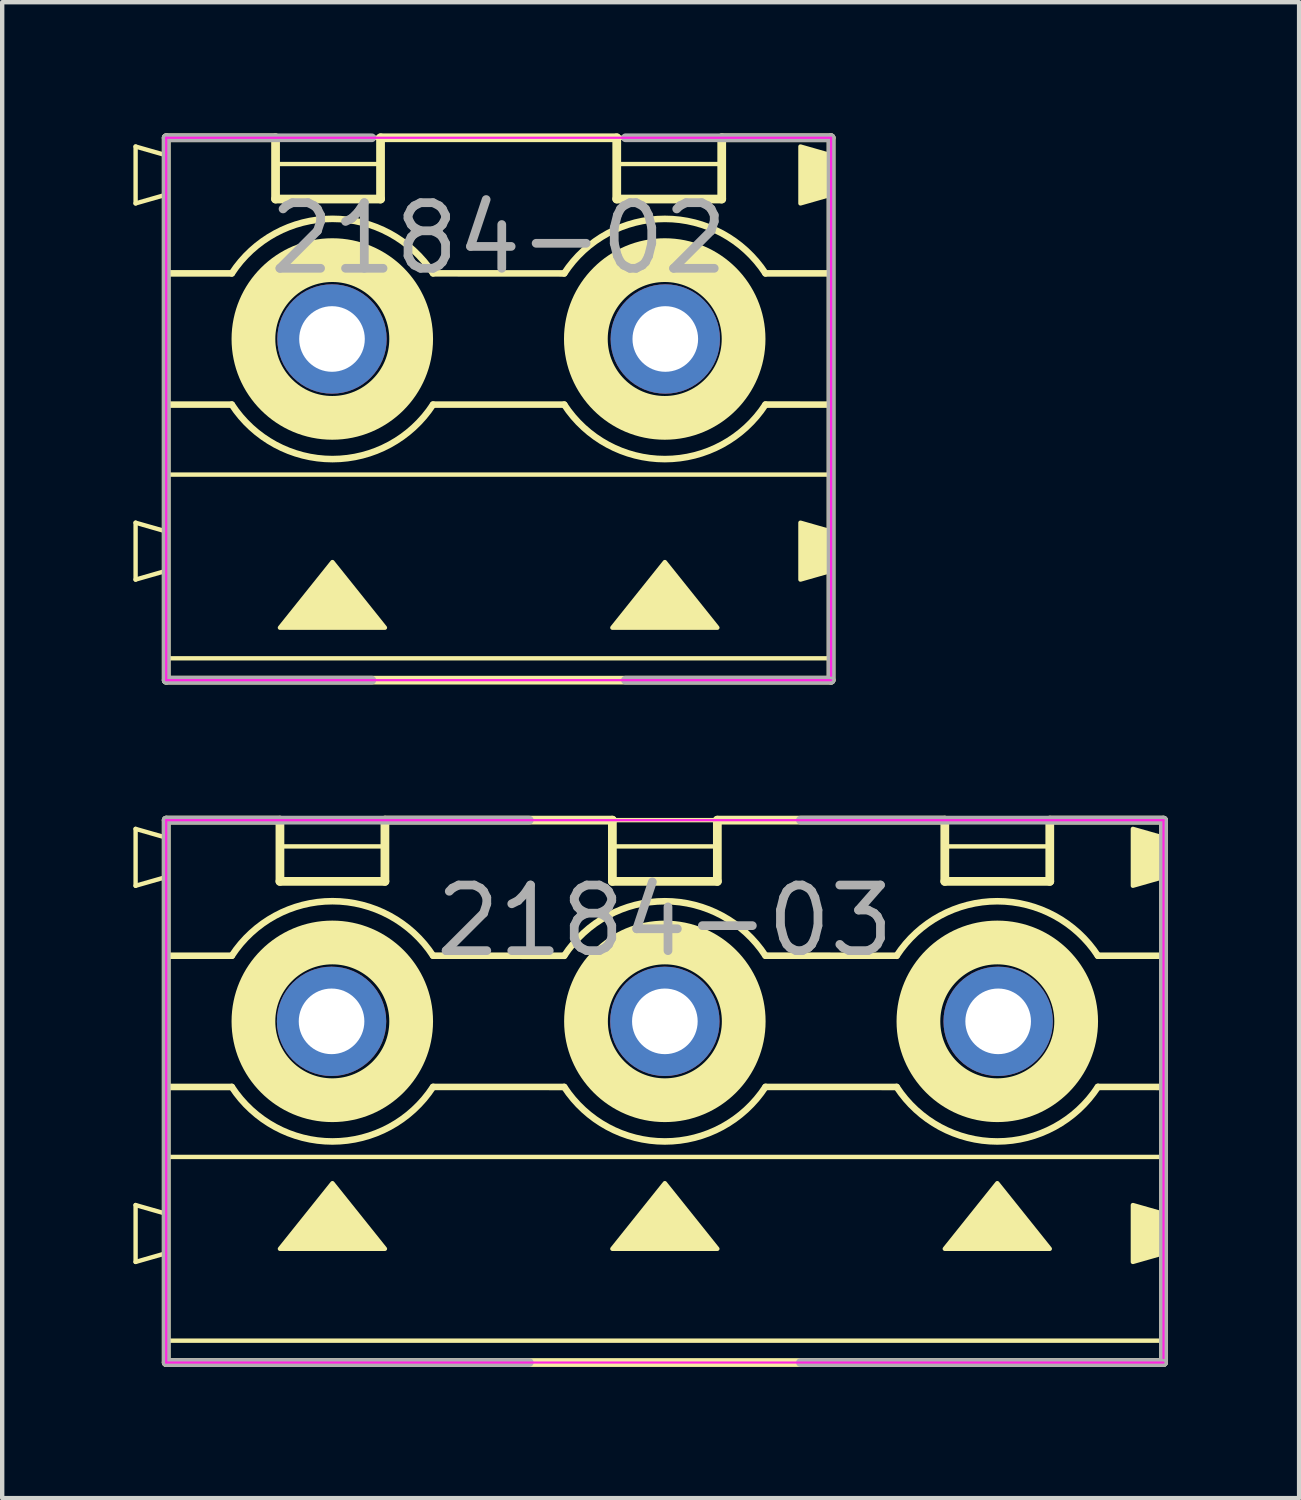
<source format=kicad_pcb>
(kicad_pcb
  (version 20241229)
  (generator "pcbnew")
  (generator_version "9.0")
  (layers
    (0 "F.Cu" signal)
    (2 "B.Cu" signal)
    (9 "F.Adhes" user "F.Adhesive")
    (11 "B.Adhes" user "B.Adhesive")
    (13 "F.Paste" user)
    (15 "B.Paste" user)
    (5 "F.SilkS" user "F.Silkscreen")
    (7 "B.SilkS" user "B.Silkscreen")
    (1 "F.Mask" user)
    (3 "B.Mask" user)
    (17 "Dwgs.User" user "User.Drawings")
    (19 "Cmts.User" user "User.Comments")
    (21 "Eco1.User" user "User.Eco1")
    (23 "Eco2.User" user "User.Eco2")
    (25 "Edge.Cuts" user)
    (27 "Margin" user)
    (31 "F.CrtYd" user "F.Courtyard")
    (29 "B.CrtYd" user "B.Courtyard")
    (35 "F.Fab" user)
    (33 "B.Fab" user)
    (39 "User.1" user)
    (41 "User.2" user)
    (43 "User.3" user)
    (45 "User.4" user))
  (footprint "2184-03"
    (layer "F.Cu")
    (at 12.15 20.3)
    (property "Reference" "2184-03" (at 0 -2.3 180) (layer "F.Fab") (effects (font (size 1.5 1.5) (thickness 0.2))))
    (attr through_hole)
    (fp_line (start -12.1 -4.4) (end -12.1 -3.1) (stroke (width 0.1) (type solid)) (layer "F.SilkS"))
    (fp_line (start -12.1 -3.1) (end -11.4 -3.3) (stroke (width 0.1) (type solid)) (layer "F.SilkS"))
    (fp_line (start -12.1 4.2) (end -12.1 5.5) (stroke (width 0.1) (type solid)) (layer "F.SilkS"))
    (fp_line (start -12.1 5.5) (end -11.4 5.3) (stroke (width 0.1) (type solid)) (layer "F.SilkS"))
    (fp_line (start -11.4 -4.6) (end -11.4 7.8) (stroke (width 0.2) (type solid)) (layer "F.SilkS"))
    (fp_line (start -11.4 -4.6) (end -8.8 -4.6) (stroke (width 0.2) (type solid)) (layer "F.SilkS"))
    (fp_line (start -11.4 -4.2) (end -12.1 -4.4) (stroke (width 0.1) (type solid)) (layer "F.SilkS"))
    (fp_line (start -11.4 4.4) (end -12.1 4.2) (stroke (width 0.1) (type solid)) (layer "F.SilkS"))
    (fp_line (start -11.4 7.8) (end 11.4 7.8) (stroke (width 0.2) (type solid)) (layer "F.SilkS"))
    (fp_line (start -9.9 -1.5) (end -11.4 -1.5) (stroke (width 0.15) (type solid)) (layer "F.SilkS"))
    (fp_line (start -9.9 1.5) (end -11.4 1.5) (stroke (width 0.15) (type solid)) (layer "F.SilkS"))
    (fp_line (start -8.8 -4.6) (end -6.4 -4.6) (stroke (width 0.1) (type solid)) (layer "F.SilkS"))
    (fp_line (start -8.8 -4) (end -6.4 -4) (stroke (width 0.1) (type solid)) (layer "F.SilkS"))
    (fp_line (start -8.8 -3.2) (end -8.8 -4.6) (stroke (width 0.2) (type solid)) (layer "F.SilkS"))
    (fp_line (start -8.8 -3.2) (end -6.4 -3.2) (stroke (width 0.2) (type solid)) (layer "F.SilkS"))
    (fp_line (start -6.4 -4.6) (end -1.2 -4.6) (stroke (width 0.2) (type solid)) (layer "F.SilkS"))
    (fp_line (start -6.4 -3.2) (end -6.4 -4.6) (stroke (width 0.2) (type solid)) (layer "F.SilkS"))
    (fp_line (start -2.301 -1.499) (end -5.299 -1.501) (stroke (width 0.15) (type solid)) (layer "F.SilkS"))
    (fp_line (start -2.301 1.5) (end -5.299 1.499) (stroke (width 0.15) (type solid)) (layer "F.SilkS"))
    (fp_line (start -1.2 -4.6) (end 1.2 -4.6) (stroke (width 0.1) (type solid)) (layer "F.SilkS"))
    (fp_line (start -1.2 -4) (end 1.2 -4) (stroke (width 0.1) (type solid)) (layer "F.SilkS"))
    (fp_line (start -1.2 -3.2) (end -1.2 -4.6) (stroke (width 0.2) (type solid)) (layer "F.SilkS"))
    (fp_line (start -1.2 -3.2) (end 1.2 -3.2) (stroke (width 0.2) (type solid)) (layer "F.SilkS"))
    (fp_line (start 1.2 -4.6) (end 6.4 -4.6) (stroke (width 0.2) (type solid)) (layer "F.SilkS"))
    (fp_line (start 1.2 -3.2) (end 1.2 -4.6) (stroke (width 0.2) (type solid)) (layer "F.SilkS"))
    (fp_line (start 5.299 -1.5) (end 2.301 -1.501) (stroke (width 0.15) (type solid)) (layer "F.SilkS"))
    (fp_line (start 5.299 1.5) (end 2.301 1.499) (stroke (width 0.15) (type solid)) (layer "F.SilkS"))
    (fp_line (start 6.4 -4.6) (end 8.8 -4.6) (stroke (width 0.1) (type solid)) (layer "F.SilkS"))
    (fp_line (start 6.4 -4) (end 8.8 -4) (stroke (width 0.1) (type solid)) (layer "F.SilkS"))
    (fp_line (start 6.4 -3.2) (end 6.4 -4.6) (stroke (width 0.2) (type solid)) (layer "F.SilkS"))
    (fp_line (start 6.4 -3.2) (end 8.8 -3.2) (stroke (width 0.2) (type solid)) (layer "F.SilkS"))
    (fp_line (start 8.8 -4.6) (end 11.4 -4.6) (stroke (width 0.2) (type solid)) (layer "F.SilkS"))
    (fp_line (start 8.8 -3.2) (end 8.8 -4.6) (stroke (width 0.2) (type solid)) (layer "F.SilkS"))
    (fp_line (start 11.4 -4.6) (end 11.4 7.8) (stroke (width 0.2) (type solid)) (layer "F.SilkS"))
    (fp_line (start 11.4 -1.5) (end 9.9 -1.5) (stroke (width 0.15) (type solid)) (layer "F.SilkS"))
    (fp_line (start 11.4 1.5) (end 9.9 1.499) (stroke (width 0.15) (type solid)) (layer "F.SilkS"))
    (fp_line (start 11.4 3.1) (end -11.4 3.1) (stroke (width 0.1) (type solid)) (layer "F.SilkS"))
    (fp_line (start 11.4 7.3) (end -11.4 7.3) (stroke (width 0.1) (type solid)) (layer "F.SilkS"))
    (fp_arc (start -9.9 -1.5) (mid -7.599951 -2.746815) (end -5.299409 -1.50091) (stroke (width 0.15) (type solid)) (layer "F.SilkS"))
    (fp_arc (start -5.299409 1.499089) (mid -7.599458 2.745904) (end -9.9 1.499999) (stroke (width 0.15) (type solid)) (layer "F.SilkS"))
    (fp_arc (start -2.300591 -1.499089) (mid -0.000542 -2.745904) (end 2.3 -1.499999) (stroke (width 0.15) (type solid)) (layer "F.SilkS"))
    (fp_arc (start 2.3 1.499089) (mid -0.000049 2.745904) (end -2.300591 1.499999) (stroke (width 0.15) (type solid)) (layer "F.SilkS"))
    (fp_arc (start 5.299409 -1.499089) (mid 7.599458 -2.745904) (end 9.9 -1.499999) (stroke (width 0.15) (type solid)) (layer "F.SilkS"))
    (fp_arc (start 9.9 1.499089) (mid 7.599951 2.745904) (end 5.299409 1.499999) (stroke (width 0.15) (type solid)) (layer "F.SilkS"))
    (fp_circle (center -7.603 0) (end -5.8 0) (stroke (width 1) (type solid)) (fill no) (layer "F.SilkS"))
    (fp_circle (center 0.000001 0) (end 1.803 0) (stroke (width 1) (type solid)) (fill no) (layer "F.SilkS"))
    (fp_circle (center 7.6 0) (end 9.403 0) (stroke (width 1) (type solid)) (fill no) (layer "F.SilkS"))
    (fp_poly (pts (xy -6.4 5.2) (xy -8.8 5.2) (xy -7.6 3.7)) (stroke (width 0.1) (type solid)) (fill yes) (layer "F.SilkS"))
    (fp_poly (pts (xy 1.2 5.2) (xy -1.2 5.2) (xy 0 3.7)) (stroke (width 0.1) (type solid)) (fill yes) (layer "F.SilkS"))
    (fp_poly (pts (xy 8.8 5.2) (xy 6.4 5.2) (xy 7.6 3.7)) (stroke (width 0.1) (type solid)) (fill yes) (layer "F.SilkS"))
    (fp_poly (pts (xy 11.4 -4.2) (xy 11.4 -3.3) (xy 10.7 -3.1) (xy 10.7 -4.4)) (stroke (width 0.1) (type solid)) (fill yes) (layer "F.SilkS"))
    (fp_poly (pts (xy 11.4 4.4) (xy 11.4 5.3) (xy 10.7 5.5) (xy 10.7 4.2)) (stroke (width 0.1) (type solid)) (fill yes) (layer "F.SilkS"))
    (fp_line (start -11.4 -4.6) (end -11.4 7.8) (stroke (width 0.05) (type solid)) (layer "F.CrtYd"))
    (fp_line (start -11.4 -4.6) (end 11.4 -4.6) (stroke (width 0.05) (type solid)) (layer "F.CrtYd"))
    (fp_line (start -11.4 7.8) (end 11.4 7.8) (stroke (width 0.05) (type solid)) (layer "F.CrtYd"))
    (fp_line (start 11.4 -4.6) (end 11.4 7.7) (stroke (width 0.05) (type solid)) (layer "F.CrtYd"))
    (fp_line (start -11.4 7.8) (end -11.4 -4.6) (stroke (width 0.2) (type solid)) (layer "F.Fab"))
    (fp_line (start -3.1 -4.6) (end -11.4 -4.6) (stroke (width 0.2) (type solid)) (layer "F.Fab"))
    (fp_line (start -3.1 7.8) (end -11.4 7.8) (stroke (width 0.2) (type solid)) (layer "F.Fab"))
    (fp_line (start 11.4 -4.6) (end 3.1 -4.6) (stroke (width 0.2) (type solid)) (layer "F.Fab"))
    (fp_line (start 11.4 7.8) (end 3.1 7.8) (stroke (width 0.2) (type solid)) (layer "F.Fab"))
    (fp_line (start 11.4 7.8) (end 11.4 -4.6) (stroke (width 0.2) (type solid)) (layer "F.Fab"))
    (pad "1" thru_hole circle (at -7.62 0) (size 2.5 2.5) (drill 1.5) (layers "*.Cu" "*.Mask"))
    (pad "2" thru_hole circle (at 0 0) (size 2.5 2.5) (drill 1.5) (layers "*.Cu" "*.Mask"))
    (pad "3" thru_hole circle (at 7.62 0) (size 2.5 2.5) (drill 1.5) (layers "*.Cu" "*.Mask")))
  (footprint "2184-02"
    (layer "F.Cu")
    (at 8.35 4.7)
    (property "Reference" "2184-02" (at 0 -2.3 180) (layer "F.Fab") (effects (font (size 1.5 1.5) (thickness 0.2))))
    (attr through_hole)
    (fp_line (start -8.3 -4.4) (end -8.3 -3.1) (stroke (width 0.1) (type solid)) (layer "F.SilkS"))
    (fp_line (start -8.3 -3.1) (end -7.6 -3.3) (stroke (width 0.1) (type solid)) (layer "F.SilkS"))
    (fp_line (start -8.3 4.2) (end -8.3 5.5) (stroke (width 0.1) (type solid)) (layer "F.SilkS"))
    (fp_line (start -8.3 5.5) (end -7.6 5.3) (stroke (width 0.1) (type solid)) (layer "F.SilkS"))
    (fp_line (start -7.6 -4.6) (end -7.6 7.8) (stroke (width 0.2) (type solid)) (layer "F.SilkS"))
    (fp_line (start -7.6 -4.6) (end -5.1 -4.6) (stroke (width 0.2) (type solid)) (layer "F.SilkS"))
    (fp_line (start -7.6 -4.2) (end -8.3 -4.4) (stroke (width 0.1) (type solid)) (layer "F.SilkS"))
    (fp_line (start -7.6 4.4) (end -8.3 4.2) (stroke (width 0.1) (type solid)) (layer "F.SilkS"))
    (fp_line (start -7.6 7.8) (end 7.6 7.8) (stroke (width 0.2) (type solid)) (layer "F.SilkS"))
    (fp_line (start -6.1 -1.5) (end -7.6 -1.5) (stroke (width 0.15) (type solid)) (layer "F.SilkS"))
    (fp_line (start -6.1 1.5) (end -7.6 1.5) (stroke (width 0.15) (type solid)) (layer "F.SilkS"))
    (fp_line (start -5.1 -4.6) (end -2.7 -4.6) (stroke (width 0.1) (type solid)) (layer "F.SilkS"))
    (fp_line (start -5.1 -4) (end -2.7 -4) (stroke (width 0.1) (type solid)) (layer "F.SilkS"))
    (fp_line (start -5.1 -3.2) (end -5.1 -4.6) (stroke (width 0.2) (type solid)) (layer "F.SilkS"))
    (fp_line (start -5.1 -3.2) (end -2.7 -3.2) (stroke (width 0.2) (type solid)) (layer "F.SilkS"))
    (fp_line (start -2.7 -4.6) (end 2.7 -4.6) (stroke (width 0.2) (type solid)) (layer "F.SilkS"))
    (fp_line (start -2.7 -3.2) (end -2.7 -4.6) (stroke (width 0.2) (type solid)) (layer "F.SilkS"))
    (fp_line (start 1.499 -1.499) (end -1.499 -1.501) (stroke (width 0.15) (type solid)) (layer "F.SilkS"))
    (fp_line (start 1.5 1.5) (end -1.5 1.5) (stroke (width 0.15) (type solid)) (layer "F.SilkS"))
    (fp_line (start 2.7 -4.6) (end 5.1 -4.6) (stroke (width 0.1) (type solid)) (layer "F.SilkS"))
    (fp_line (start 2.7 -4) (end 5.1 -4) (stroke (width 0.1) (type solid)) (layer "F.SilkS"))
    (fp_line (start 2.7 -3.2) (end 2.7 -4.6) (stroke (width 0.2) (type solid)) (layer "F.SilkS"))
    (fp_line (start 2.7 -3.2) (end 5.1 -3.2) (stroke (width 0.2) (type solid)) (layer "F.SilkS"))
    (fp_line (start 5.1 -4.6) (end 7.6 -4.6) (stroke (width 0.2) (type solid)) (layer "F.SilkS"))
    (fp_line (start 5.1 -3.2) (end 5.1 -4.6) (stroke (width 0.2) (type solid)) (layer "F.SilkS"))
    (fp_line (start 7.6 -4.6) (end 7.6 7.8) (stroke (width 0.2) (type solid)) (layer "F.SilkS"))
    (fp_line (start 7.6 -1.5) (end 6.1 -1.5) (stroke (width 0.15) (type solid)) (layer "F.SilkS"))
    (fp_line (start 7.6 1.5) (end 6.1 1.499) (stroke (width 0.15) (type solid)) (layer "F.SilkS"))
    (fp_line (start 7.6 3.1) (end -7.6 3.1) (stroke (width 0.1) (type solid)) (layer "F.SilkS"))
    (fp_line (start 7.6 7.3) (end -7.6 7.3) (stroke (width 0.1) (type solid)) (layer "F.SilkS"))
    (fp_arc (start -6.1 -1.5) (mid -3.799951 -2.746815) (end -1.499409 -1.50091) (stroke (width 0.15) (type solid)) (layer "F.SilkS"))
    (fp_arc (start -1.499409 1.499089) (mid -3.799458 2.745904) (end -6.1 1.499999) (stroke (width 0.15) (type solid)) (layer "F.SilkS"))
    (fp_arc (start 1.499409 -1.499089) (mid 3.799458 -2.745904) (end 6.1 -1.499999) (stroke (width 0.15) (type solid)) (layer "F.SilkS"))
    (fp_arc (start 6.1 1.499089) (mid 3.799951 2.745904) (end 1.499409 1.499999) (stroke (width 0.15) (type solid)) (layer "F.SilkS"))
    (fp_circle (center -3.803 0) (end -2 0) (stroke (width 1) (type solid)) (fill no) (layer "F.SilkS"))
    (fp_circle (center 3.797 0) (end 5.6 0) (stroke (width 1) (type solid)) (fill no) (layer "F.SilkS"))
    (fp_poly (pts (xy -2.6 6.6) (xy -5 6.6) (xy -3.8 5.1)) (stroke (width 0.1) (type solid)) (fill yes) (layer "F.SilkS"))
    (fp_poly (pts (xy 5 6.6) (xy 2.6 6.6) (xy 3.8 5.1)) (stroke (width 0.1) (type solid)) (fill yes) (layer "F.SilkS"))
    (fp_poly (pts (xy 7.6 -4.2) (xy 7.6 -3.3) (xy 6.9 -3.1) (xy 6.9 -4.4)) (stroke (width 0.1) (type solid)) (fill yes) (layer "F.SilkS"))
    (fp_poly (pts (xy 7.6 4.4) (xy 7.6 5.3) (xy 6.9 5.5) (xy 6.9 4.2)) (stroke (width 0.1) (type solid)) (fill yes) (layer "F.SilkS"))
    (fp_line (start -7.6 -4.6) (end -7.6 7.8) (stroke (width 0.05) (type solid)) (layer "F.CrtYd"))
    (fp_line (start 7.6 -4.6) (end -7.6 -4.6) (stroke (width 0.05) (type solid)) (layer "F.CrtYd"))
    (fp_line (start 7.6 -4.6) (end 7.6 7.7) (stroke (width 0.05) (type solid)) (layer "F.CrtYd"))
    (fp_line (start 7.6 7.8) (end -7.6 7.8) (stroke (width 0.05) (type solid)) (layer "F.CrtYd"))
    (fp_line (start -7.6 7.8) (end -7.6 -4.6) (stroke (width 0.2) (type solid)) (layer "F.Fab"))
    (fp_line (start -2.9 -4.6) (end -7.6 -4.6) (stroke (width 0.2) (type solid)) (layer "F.Fab"))
    (fp_line (start -2.9 7.8) (end -7.6 7.8) (stroke (width 0.2) (type solid)) (layer "F.Fab"))
    (fp_line (start 7.6 -4.6) (end 2.9 -4.6) (stroke (width 0.2) (type solid)) (layer "F.Fab"))
    (fp_line (start 7.6 7.8) (end 2.9 7.8) (stroke (width 0.2) (type solid)) (layer "F.Fab"))
    (fp_line (start 7.6 7.8) (end 7.6 -4.6) (stroke (width 0.2) (type solid)) (layer "F.Fab"))
    (pad "1" thru_hole circle (at -3.81 0) (size 2.5 2.5) (drill 1.5) (layers "*.Cu" "*.Mask"))
    (pad "2" thru_hole circle (at 3.81 0) (size 2.5 2.5) (drill 1.5) (layers "*.Cu" "*.Mask")))
  (gr_rect
    (start -3 -3)
    (end 26.65 31.2)
    (stroke (width 0.1) (type default))
    (fill no)
    (layer "Edge.Cuts")))
</source>
